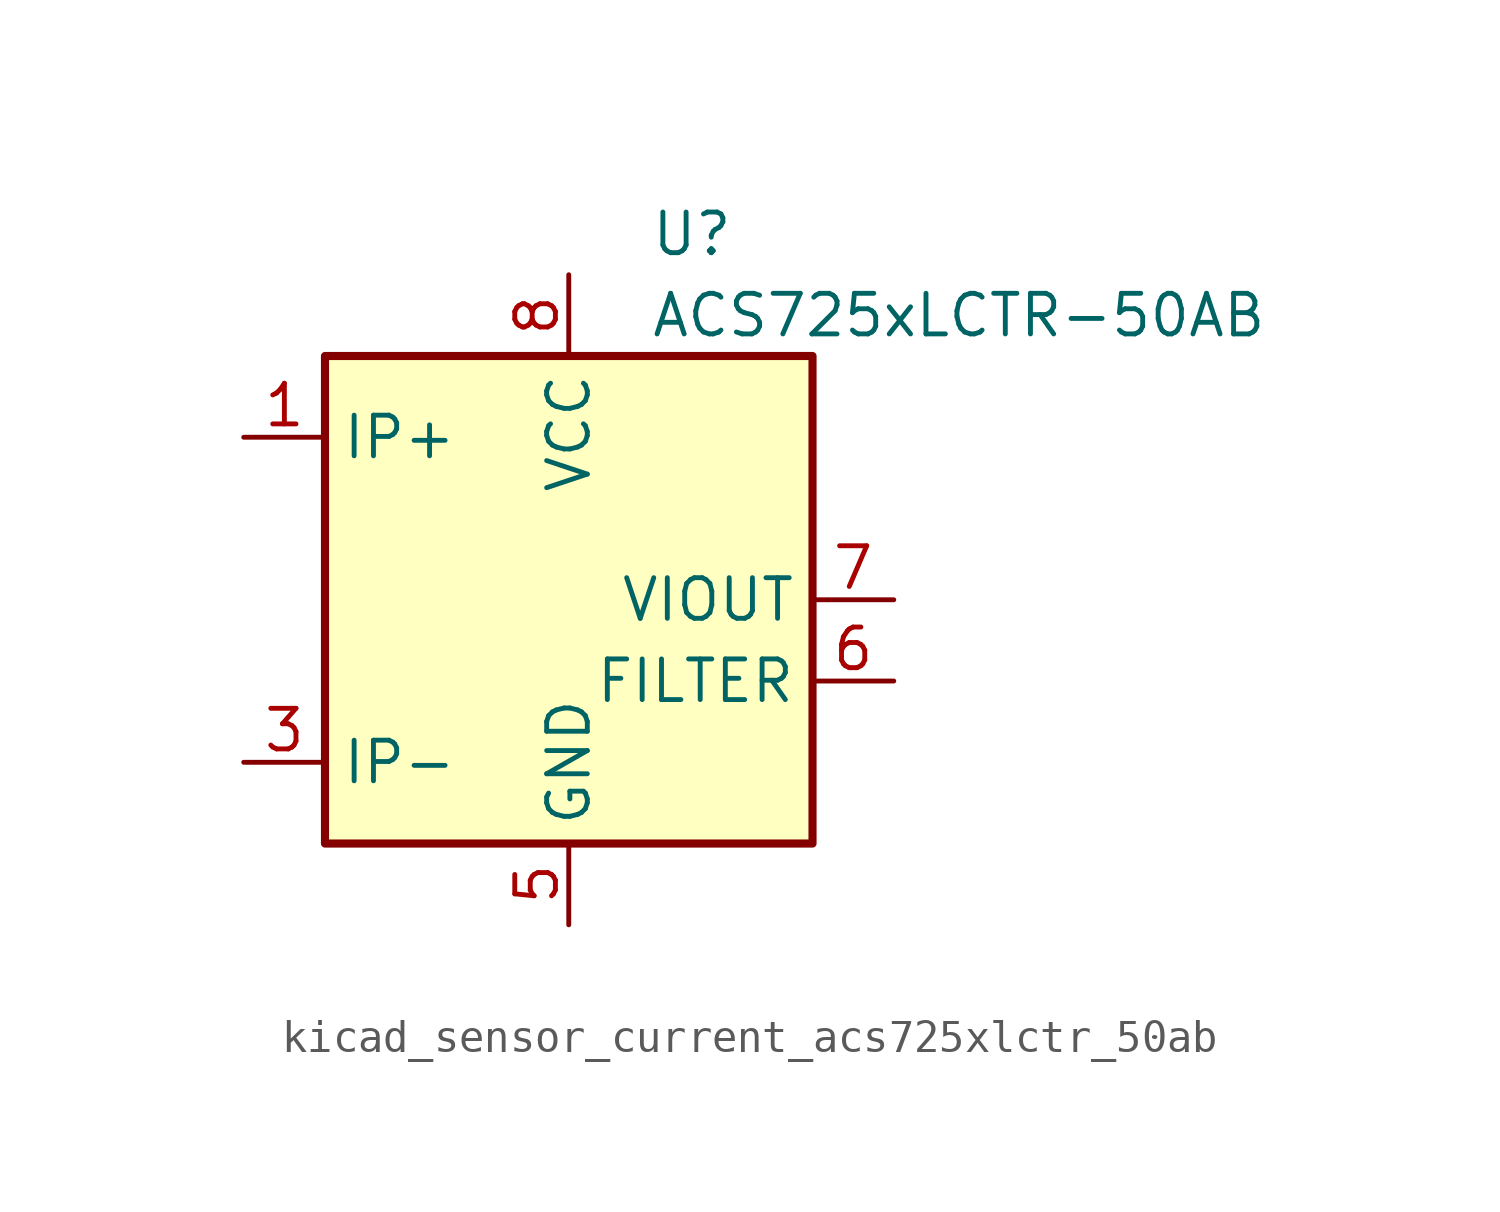
<source format=kicad_sym>
(kicad_symbol_lib
  (version 20220914)
  (generator kicad_symbol_editor)
  (symbol "kicad_sensor_current_acs725xlctr_50ab"
    (property "Reference" "U"
      (at 2.54 11.43 0)
      (effects (font (size 1.27 1.27)) (justify left)))
    (property "Value" "ACS725xLCTR-50AB"
      (at 2.54 8.89 0)
      (effects (font (size 1.27 1.27)) (justify left)))
    (symbol "kicad_sensor_current_acs725xlctr_50ab_0_1"
      (rectangle (start -7.62 7.62) (end 7.62 -7.62) (stroke (width 0.254) (type default)) (fill (type background))))
    (symbol "kicad_sensor_current_acs725xlctr_50ab_1_1"
      (pin passive line (at -10.16 5.08 0) (length 2.54) (name "IP+" (effects (font (size 1.27 1.27)))) (number "1" (effects (font (size 1.27 1.27)))))
      (pin passive line (at -10.16 5.08 0) (length 2.54) hide (name "IP+" (effects (font (size 1.27 1.27)))) (number "2" (effects (font (size 1.27 1.27)))))
      (pin passive line (at -10.16 -5.08 0) (length 2.54) (name "IP-" (effects (font (size 1.27 1.27)))) (number "3" (effects (font (size 1.27 1.27)))))
      (pin passive line (at -10.16 -5.08 0) (length 2.54) hide (name "IP-" (effects (font (size 1.27 1.27)))) (number "4" (effects (font (size 1.27 1.27)))))
      (pin power_in line (at 0 -10.16 90) (length 2.54) (name "GND" (effects (font (size 1.27 1.27)))) (number "5" (effects (font (size 1.27 1.27)))))
      (pin passive line (at 10.16 -2.54 180) (length 2.54) (name "FILTER" (effects (font (size 1.27 1.27)))) (number "6" (effects (font (size 1.27 1.27)))))
      (pin output line (at 10.16 0 180) (length 2.54) (name "VIOUT" (effects (font (size 1.27 1.27)))) (number "7" (effects (font (size 1.27 1.27)))))
      (pin power_in line (at 0 10.16 270) (length 2.54) (name "VCC" (effects (font (size 1.27 1.27)))) (number "8" (effects (font (size 1.27 1.27))))))))
</source>
